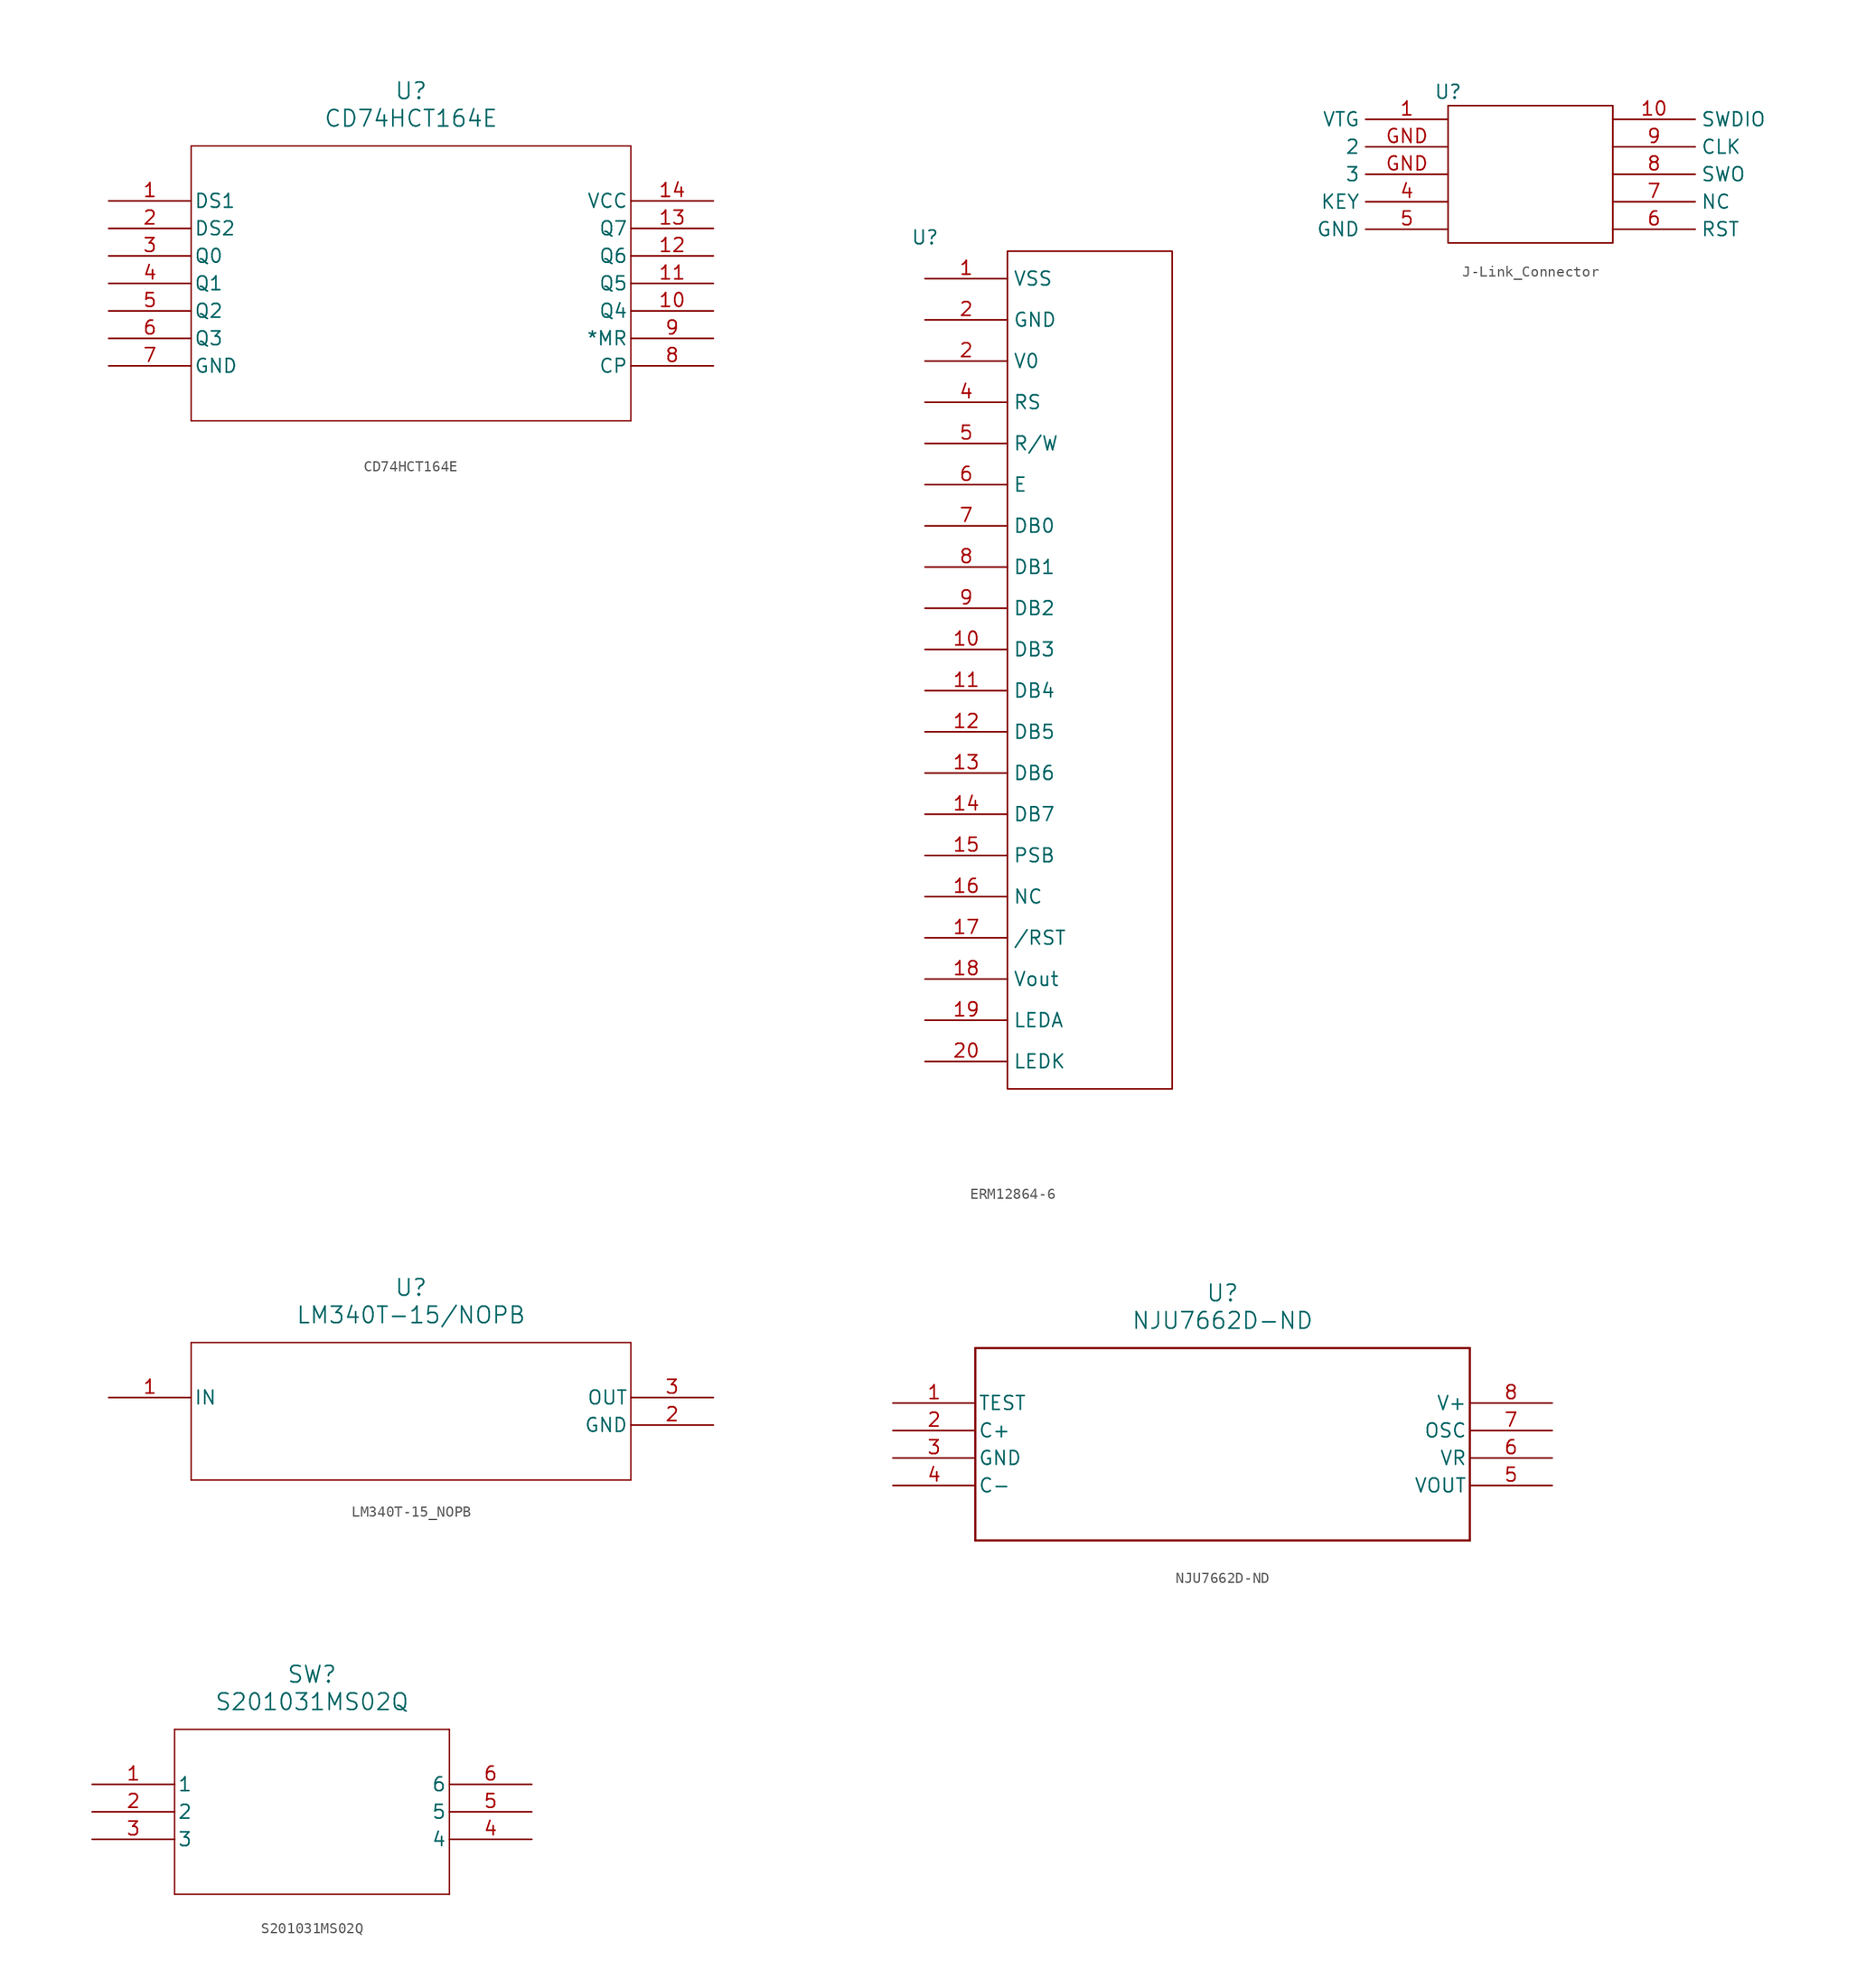
<source format=kicad_sym>
(kicad_symbol_lib
  (version 20241209)
  (generator "kicad_symbol_editor")
  (generator_version "9.0")
  (symbol "CD74HCT164E"
    (pin_names
      (offset 0.254))
    (property "Reference" "U"
      (at 27.94 10.16 0)
      (effects (font (size 1.524 1.524))))
    (property "Value" "CD74HCT164E"
      (at 27.94 7.62 0)
      (effects (font (size 1.524 1.524))))
    (property "ki_locked" ""
      (at 0 0 0)
      (effects (font (size 1.27 1.27))))
    (symbol "CD74HCT164E_0_1"
      (polyline (pts (xy 7.62 5.08) (xy 7.62 -20.32)) (stroke (width 0.127) (type default)) (fill (type none)))
      (polyline (pts (xy 7.62 -20.32) (xy 48.26 -20.32)) (stroke (width 0.127) (type default)) (fill (type none)))
      (polyline (pts (xy 48.26 5.08) (xy 7.62 5.08)) (stroke (width 0.127) (type default)) (fill (type none)))
      (polyline (pts (xy 48.26 -20.32) (xy 48.26 5.08)) (stroke (width 0.127) (type default)) (fill (type none)))
      (pin input line (at 0 0 0) (length 7.62) (name "DS1" (effects (font (size 1.27 1.27)))) (number "1" (effects (font (size 1.27 1.27)))))
      (pin input line (at 0 -2.54 0) (length 7.62) (name "DS2" (effects (font (size 1.27 1.27)))) (number "2" (effects (font (size 1.27 1.27)))))
      (pin output line (at 0 -5.08 0) (length 7.62) (name "Q0" (effects (font (size 1.27 1.27)))) (number "3" (effects (font (size 1.27 1.27)))))
      (pin output line (at 0 -7.62 0) (length 7.62) (name "Q1" (effects (font (size 1.27 1.27)))) (number "4" (effects (font (size 1.27 1.27)))))
      (pin output line (at 0 -10.16 0) (length 7.62) (name "Q2" (effects (font (size 1.27 1.27)))) (number "5" (effects (font (size 1.27 1.27)))))
      (pin output line (at 0 -12.7 0) (length 7.62) (name "Q3" (effects (font (size 1.27 1.27)))) (number "6" (effects (font (size 1.27 1.27)))))
      (pin power_in line (at 0 -15.24 0) (length 7.62) (name "GND" (effects (font (size 1.27 1.27)))) (number "7" (effects (font (size 1.27 1.27)))))
      (pin power_in line (at 55.88 0 180) (length 7.62) (name "VCC" (effects (font (size 1.27 1.27)))) (number "14" (effects (font (size 1.27 1.27)))))
      (pin output line (at 55.88 -2.54 180) (length 7.62) (name "Q7" (effects (font (size 1.27 1.27)))) (number "13" (effects (font (size 1.27 1.27)))))
      (pin output line (at 55.88 -5.08 180) (length 7.62) (name "Q6" (effects (font (size 1.27 1.27)))) (number "12" (effects (font (size 1.27 1.27)))))
      (pin output line (at 55.88 -7.62 180) (length 7.62) (name "Q5" (effects (font (size 1.27 1.27)))) (number "11" (effects (font (size 1.27 1.27)))))
      (pin output line (at 55.88 -10.16 180) (length 7.62) (name "Q4" (effects (font (size 1.27 1.27)))) (number "10" (effects (font (size 1.27 1.27)))))
      (pin input line (at 55.88 -12.7 180) (length 7.62) (name "*MR" (effects (font (size 1.27 1.27)))) (number "9" (effects (font (size 1.27 1.27)))))
      (pin input line (at 55.88 -15.24 180) (length 7.62) (name "CP" (effects (font (size 1.27 1.27)))) (number "8" (effects (font (size 1.27 1.27)))))))
  (symbol "ERM12864-6"
    (property "Reference" "U"
      (at 6.35 -8.89 0)
      (effects (font (size 1.27 1.27))))
    (property "Value" ""
      (at 0 0 0)
      (effects (font (size 1.27 1.27))))
    (symbol "ERM12864-6_0_1"
      (rectangle (start 13.97 -10.16) (end 29.21 -87.63) (stroke (width 0) (type default)) (fill (type none))))
    (symbol "ERM12864-6_1_1"
      (pin power_in line (at 6.35 -12.7 0) (length 7.62) (name "VSS" (effects (font (size 1.27 1.27)))) (number "1" (effects (font (size 1.27 1.27)))))
      (pin passive line (at 6.35 -16.51 0) (length 7.62) (name "GND" (effects (font (size 1.27 1.27)))) (number "2" (effects (font (size 1.27 1.27)))))
      (pin power_in line (at 6.35 -20.32 0) (length 7.62) (name "V0" (effects (font (size 1.27 1.27)))) (number "2" (effects (font (size 1.27 1.27)))))
      (pin passive line (at 6.35 -24.13 0) (length 7.62) (name "RS" (effects (font (size 1.27 1.27)))) (number "4" (effects (font (size 1.27 1.27)))))
      (pin passive line (at 6.35 -27.94 0) (length 7.62) (name "R/W" (effects (font (size 1.27 1.27)))) (number "5" (effects (font (size 1.27 1.27)))))
      (pin passive line (at 6.35 -31.75 0) (length 7.62) (name "E" (effects (font (size 1.27 1.27)))) (number "6" (effects (font (size 1.27 1.27)))))
      (pin passive line (at 6.35 -35.56 0) (length 7.62) (name "DB0" (effects (font (size 1.27 1.27)))) (number "7" (effects (font (size 1.27 1.27)))))
      (pin passive line (at 6.35 -39.37 0) (length 7.62) (name "DB1" (effects (font (size 1.27 1.27)))) (number "8" (effects (font (size 1.27 1.27)))))
      (pin passive line (at 6.35 -43.18 0) (length 7.62) (name "DB2" (effects (font (size 1.27 1.27)))) (number "9" (effects (font (size 1.27 1.27)))))
      (pin passive line (at 6.35 -46.99 0) (length 7.62) (name "DB3" (effects (font (size 1.27 1.27)))) (number "10" (effects (font (size 1.27 1.27)))))
      (pin passive line (at 6.35 -50.8 0) (length 7.62) (name "DB4" (effects (font (size 1.27 1.27)))) (number "11" (effects (font (size 1.27 1.27)))))
      (pin passive line (at 6.35 -54.61 0) (length 7.62) (name "DB5" (effects (font (size 1.27 1.27)))) (number "12" (effects (font (size 1.27 1.27)))))
      (pin passive line (at 6.35 -58.42 0) (length 7.62) (name "DB6" (effects (font (size 1.27 1.27)))) (number "13" (effects (font (size 1.27 1.27)))))
      (pin passive line (at 6.35 -62.23 0) (length 7.62) (name "DB7" (effects (font (size 1.27 1.27)))) (number "14" (effects (font (size 1.27 1.27)))))
      (pin passive line (at 6.35 -66.04 0) (length 7.62) (name "PSB" (effects (font (size 1.27 1.27)))) (number "15" (effects (font (size 1.27 1.27)))))
      (pin passive line (at 6.35 -69.85 0) (length 7.62) (name "NC" (effects (font (size 1.27 1.27)))) (number "16" (effects (font (size 1.27 1.27)))))
      (pin passive line (at 6.35 -73.66 0) (length 7.62) (name "/RST" (effects (font (size 1.27 1.27)))) (number "17" (effects (font (size 1.27 1.27)))))
      (pin passive line (at 6.35 -77.47 0) (length 7.62) (name "Vout" (effects (font (size 1.27 1.27)))) (number "18" (effects (font (size 1.27 1.27)))))
      (pin passive line (at 6.35 -81.28 0) (length 7.62) (name "LEDA" (effects (font (size 1.27 1.27)))) (number "19" (effects (font (size 1.27 1.27)))))
      (pin passive line (at 6.35 -85.09 0) (length 7.62) (name "LEDK" (effects (font (size 1.27 1.27)))) (number "20" (effects (font (size 1.27 1.27)))))))
  (symbol "J-Link_Connector"
    (property "Reference" "U"
      (at 13.97 -2.54 0)
      (effects (font (size 1.27 1.27))))
    (property "Value" ""
      (at 0 0 0)
      (effects (font (size 1.27 1.27))))
    (symbol "J-Link_Connector_0_1"
      (rectangle (start 13.97 -3.81) (end 29.21 -16.51) (stroke (width 0) (type default)) (fill (type none))))
    (symbol "J-Link_Connector_1_1"
      (pin power_in line (at 13.97 -5.08 180) (length 7.62) (name "VTG" (effects (font (size 1.27 1.27)))) (number "1" (effects (font (size 1.27 1.27)))))
      (pin passive line (at 13.97 -7.62 180) (length 7.62) (name "2" (effects (font (size 1.27 1.27)))) (number "GND" (effects (font (size 1.27 1.27)))))
      (pin passive line (at 13.97 -10.16 180) (length 7.62) (name "3" (effects (font (size 1.27 1.27)))) (number "GND" (effects (font (size 1.27 1.27)))))
      (pin passive line (at 13.97 -12.7 180) (length 7.62) (name "KEY" (effects (font (size 1.27 1.27)))) (number "4" (effects (font (size 1.27 1.27)))))
      (pin passive line (at 13.97 -15.24 180) (length 7.62) (name "GND" (effects (font (size 1.27 1.27)))) (number "5" (effects (font (size 1.27 1.27)))))
      (pin bidirectional line (at 29.21 -5.08 0) (length 7.62) (name "SWDIO" (effects (font (size 1.27 1.27)))) (number "10" (effects (font (size 1.27 1.27)))))
      (pin bidirectional line (at 29.21 -7.62 0) (length 7.62) (name "CLK" (effects (font (size 1.27 1.27)))) (number "9" (effects (font (size 1.27 1.27)))))
      (pin bidirectional line (at 29.21 -10.16 0) (length 7.62) (name "SWO" (effects (font (size 1.27 1.27)))) (number "8" (effects (font (size 1.27 1.27)))))
      (pin input line (at 29.21 -12.7 0) (length 7.62) (name "NC" (effects (font (size 1.27 1.27)))) (number "7" (effects (font (size 1.27 1.27)))))
      (pin input line (at 29.21 -15.24 0) (length 7.62) (name "RST" (effects (font (size 1.27 1.27)))) (number "6" (effects (font (size 1.27 1.27)))))))
  (symbol "LM340T-15_NOPB"
    (pin_names
      (offset 0.254))
    (property "Reference" "U"
      (at 27.94 10.16 0)
      (effects (font (size 1.524 1.524))))
    (property "Value" "LM340T-15/NOPB"
      (at 27.94 7.62 0)
      (effects (font (size 1.524 1.524))))
    (property "ki_locked" ""
      (at 0 0 0)
      (effects (font (size 1.27 1.27))))
    (symbol "LM340T-15_NOPB_0_1"
      (polyline (pts (xy 7.62 5.08) (xy 7.62 -7.62)) (stroke (width 0.127) (type default)) (fill (type none)))
      (polyline (pts (xy 7.62 -7.62) (xy 48.26 -7.62)) (stroke (width 0.127) (type default)) (fill (type none)))
      (polyline (pts (xy 48.26 5.08) (xy 7.62 5.08)) (stroke (width 0.127) (type default)) (fill (type none)))
      (polyline (pts (xy 48.26 -7.62) (xy 48.26 5.08)) (stroke (width 0.127) (type default)) (fill (type none)))
      (pin power_in line (at 0 0 0) (length 7.62) (name "IN" (effects (font (size 1.27 1.27)))) (number "1" (effects (font (size 1.27 1.27)))))
      (pin power_in line (at 55.88 0 180) (length 7.62) (name "OUT" (effects (font (size 1.27 1.27)))) (number "3" (effects (font (size 1.27 1.27)))))
      (pin power_in line (at 55.88 -2.54 180) (length 7.62) (name "GND" (effects (font (size 1.27 1.27)))) (number "2" (effects (font (size 1.27 1.27)))))))
  (symbol "NJU7662D-ND"
    (pin_names
      (offset 0.254))
    (property "Reference" "U"
      (at 30.48 10.16 0)
      (effects (font (size 1.524 1.524))))
    (property "Value" "NJU7662D-ND"
      (at 30.48 7.62 0)
      (effects (font (size 1.524 1.524))))
    (property "ki_locked" ""
      (at 0 0 0)
      (effects (font (size 1.27 1.27))))
    (symbol "NJU7662D-ND_0_1"
      (polyline (pts (xy 7.62 5.08) (xy 7.62 -12.7)) (stroke (width 0.203) (type default)) (fill (type none)))
      (polyline (pts (xy 7.62 -12.7) (xy 53.34 -12.7)) (stroke (width 0.203) (type default)) (fill (type none)))
      (polyline (pts (xy 53.34 5.08) (xy 7.62 5.08)) (stroke (width 0.203) (type default)) (fill (type none)))
      (polyline (pts (xy 53.34 -12.7) (xy 53.34 5.08)) (stroke (width 0.203) (type default)) (fill (type none)))
      (pin unspecified line (at 0 0 0) (length 7.62) (name "TEST" (effects (font (size 1.27 1.27)))) (number "1" (effects (font (size 1.27 1.27)))))
      (pin unspecified line (at 0 -2.54 0) (length 7.62) (name "C+" (effects (font (size 1.27 1.27)))) (number "2" (effects (font (size 1.27 1.27)))))
      (pin power_in line (at 0 -5.08 0) (length 7.62) (name "GND" (effects (font (size 1.27 1.27)))) (number "3" (effects (font (size 1.27 1.27)))))
      (pin unspecified line (at 0 -7.62 0) (length 7.62) (name "C-" (effects (font (size 1.27 1.27)))) (number "4" (effects (font (size 1.27 1.27)))))
      (pin power_in line (at 60.96 0 180) (length 7.62) (name "V+" (effects (font (size 1.27 1.27)))) (number "8" (effects (font (size 1.27 1.27)))))
      (pin unspecified line (at 60.96 -2.54 180) (length 7.62) (name "OSC" (effects (font (size 1.27 1.27)))) (number "7" (effects (font (size 1.27 1.27)))))
      (pin unspecified line (at 60.96 -5.08 180) (length 7.62) (name "VR" (effects (font (size 1.27 1.27)))) (number "6" (effects (font (size 1.27 1.27)))))
      (pin output line (at 60.96 -7.62 180) (length 7.62) (name "VOUT" (effects (font (size 1.27 1.27)))) (number "5" (effects (font (size 1.27 1.27)))))))
  (symbol "S201031MS02Q"
    (pin_names
      (offset 0.254))
    (property "Reference" "SW"
      (at 20.32 10.16 0)
      (effects (font (size 1.524 1.524))))
    (property "Value" "S201031MS02Q"
      (at 20.32 7.62 0)
      (effects (font (size 1.524 1.524))))
    (property "ki_locked" ""
      (at 0 0 0)
      (effects (font (size 1.27 1.27))))
    (symbol "S201031MS02Q_0_1"
      (polyline (pts (xy 7.62 5.08) (xy 7.62 -10.16)) (stroke (width 0.127) (type default)) (fill (type none)))
      (polyline (pts (xy 7.62 -10.16) (xy 33.02 -10.16)) (stroke (width 0.127) (type default)) (fill (type none)))
      (polyline (pts (xy 33.02 5.08) (xy 7.62 5.08)) (stroke (width 0.127) (type default)) (fill (type none)))
      (polyline (pts (xy 33.02 -10.16) (xy 33.02 5.08)) (stroke (width 0.127) (type default)) (fill (type none)))
      (pin unspecified line (at 0 0 0) (length 7.62) (name "1" (effects (font (size 1.27 1.27)))) (number "1" (effects (font (size 1.27 1.27)))))
      (pin unspecified line (at 0 -2.54 0) (length 7.62) (name "2" (effects (font (size 1.27 1.27)))) (number "2" (effects (font (size 1.27 1.27)))))
      (pin unspecified line (at 0 -5.08 0) (length 7.62) (name "3" (effects (font (size 1.27 1.27)))) (number "3" (effects (font (size 1.27 1.27)))))
      (pin unspecified line (at 40.64 0 180) (length 7.62) (name "6" (effects (font (size 1.27 1.27)))) (number "6" (effects (font (size 1.27 1.27)))))
      (pin unspecified line (at 40.64 -2.54 180) (length 7.62) (name "5" (effects (font (size 1.27 1.27)))) (number "5" (effects (font (size 1.27 1.27)))))
      (pin unspecified line (at 40.64 -5.08 180) (length 7.62) (name "4" (effects (font (size 1.27 1.27)))) (number "4" (effects (font (size 1.27 1.27))))))))
</source>
